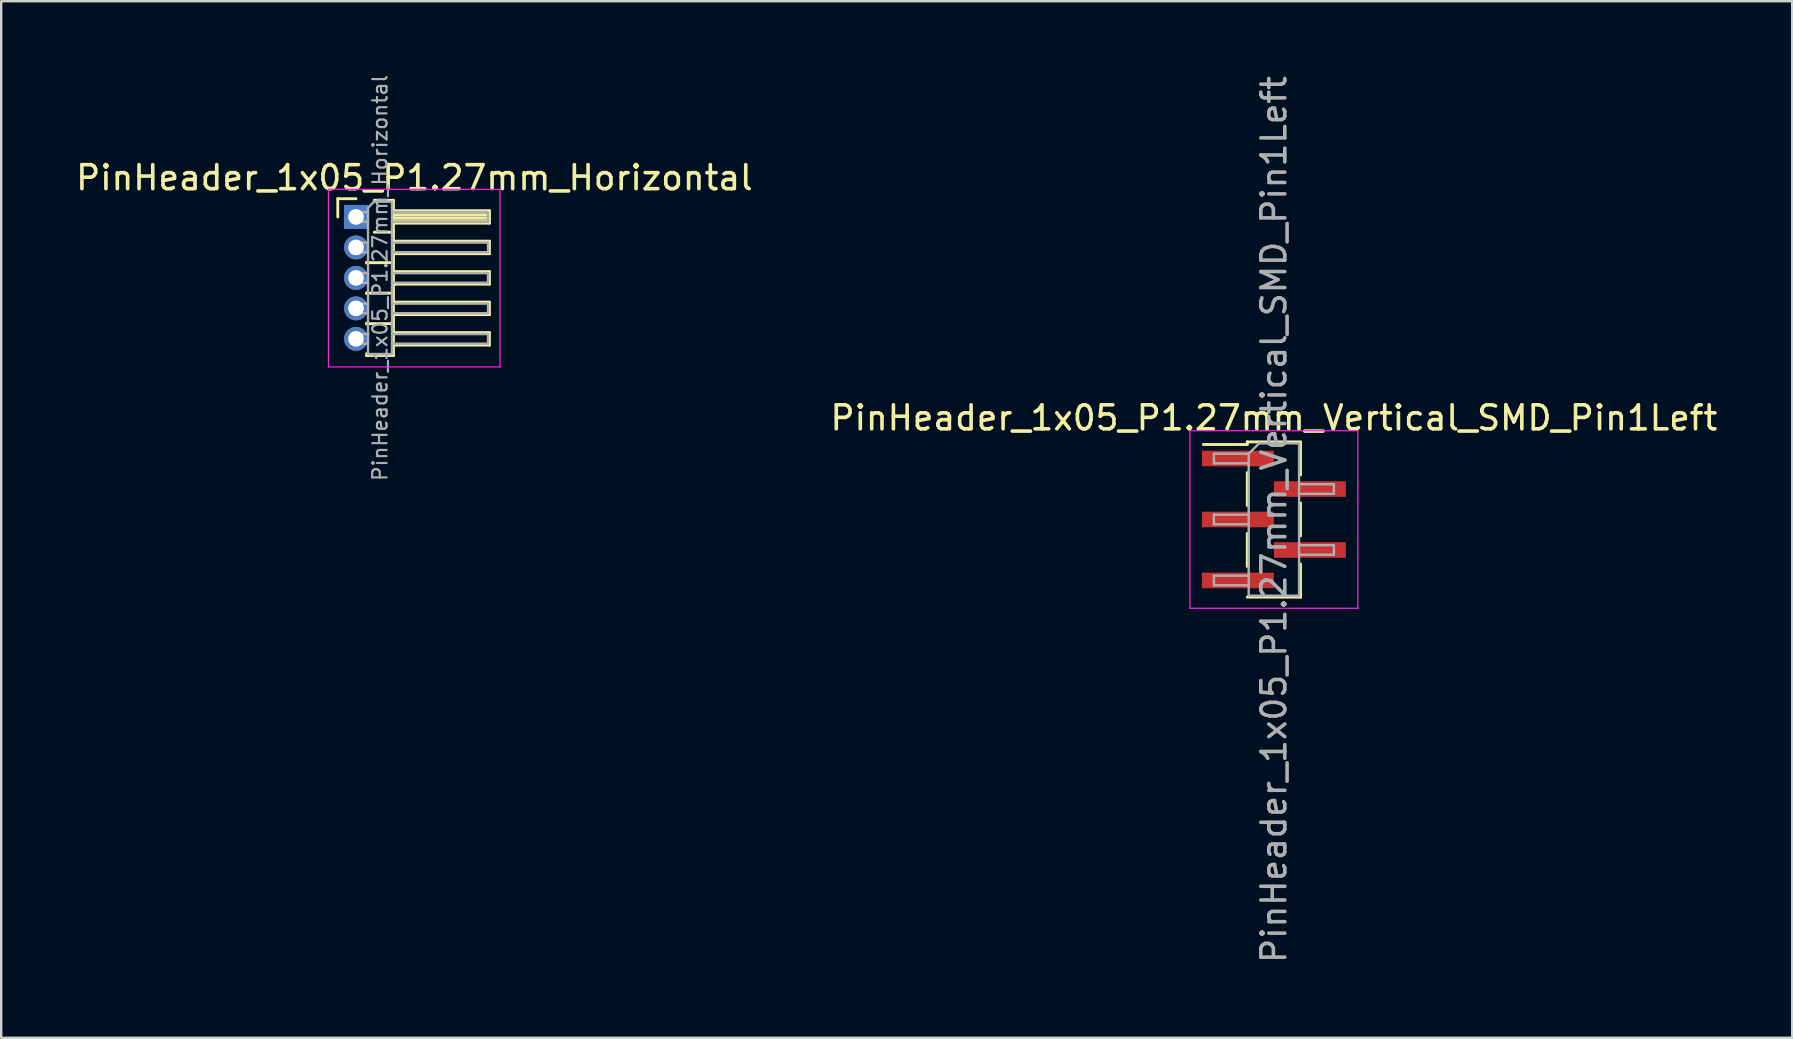
<source format=kicad_pcb>
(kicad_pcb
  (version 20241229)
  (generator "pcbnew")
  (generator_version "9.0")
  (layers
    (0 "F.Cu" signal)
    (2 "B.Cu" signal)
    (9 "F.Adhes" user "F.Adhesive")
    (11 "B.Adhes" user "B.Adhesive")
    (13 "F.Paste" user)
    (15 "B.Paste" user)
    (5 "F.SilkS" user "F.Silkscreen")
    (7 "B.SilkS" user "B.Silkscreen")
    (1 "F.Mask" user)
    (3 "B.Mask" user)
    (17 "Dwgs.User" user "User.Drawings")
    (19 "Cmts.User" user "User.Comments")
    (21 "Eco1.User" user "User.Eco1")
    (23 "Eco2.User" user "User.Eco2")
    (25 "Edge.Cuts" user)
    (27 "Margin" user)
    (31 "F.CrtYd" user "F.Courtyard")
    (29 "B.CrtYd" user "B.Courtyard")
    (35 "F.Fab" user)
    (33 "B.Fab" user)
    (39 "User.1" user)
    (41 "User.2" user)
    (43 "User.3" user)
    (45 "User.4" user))
  (footprint "PinHeader_1x05_P1.27mm_Vertical_SMD_Pin1Left"
    (layer "F.Cu")
    (at 50.042 18.601)
    (property "Reference" "PinHeader_1x05_P1.27mm_Vertical_SMD_Pin1Left" (at 0 -4.235 0) (layer "F.SilkS") (effects (font (size 1 1) (thickness 0.15))))
    (attr smd)
    (fp_line (start -1.11 -3.235) (end -1.11 -3.125) (stroke (width 0.12) (type solid)) (layer "F.SilkS"))
    (fp_line (start -1.11 -3.235) (end 1.11 -3.235) (stroke (width 0.12) (type solid)) (layer "F.SilkS"))
    (fp_line (start -1.11 -3.125) (end -2.94 -3.125) (stroke (width 0.12) (type solid)) (layer "F.SilkS"))
    (fp_line (start -1.11 -1.955) (end -1.11 -0.585) (stroke (width 0.12) (type solid)) (layer "F.SilkS"))
    (fp_line (start -1.11 0.585) (end -1.11 1.955) (stroke (width 0.12) (type solid)) (layer "F.SilkS"))
    (fp_line (start -1.11 3.235) (end 1.11 3.235) (stroke (width 0.12) (type solid)) (layer "F.SilkS"))
    (fp_line (start 1.11 -3.225) (end 1.11 -1.855) (stroke (width 0.12) (type solid)) (layer "F.SilkS"))
    (fp_line (start 1.11 -0.685) (end 1.11 0.685) (stroke (width 0.12) (type solid)) (layer "F.SilkS"))
    (fp_line (start 1.11 1.855) (end 1.11 3.225) (stroke (width 0.12) (type solid)) (layer "F.SilkS"))
    (fp_line (start 1.11 3.125) (end 1.11 3.235) (stroke (width 0.12) (type solid)) (layer "F.SilkS"))
    (fp_line (start -3.5 -3.7) (end -3.5 3.7) (stroke (width 0.05) (type solid)) (layer "F.CrtYd"))
    (fp_line (start -3.5 3.7) (end 3.5 3.7) (stroke (width 0.05) (type solid)) (layer "F.CrtYd"))
    (fp_line (start 3.5 -3.7) (end -3.5 -3.7) (stroke (width 0.05) (type solid)) (layer "F.CrtYd"))
    (fp_line (start 3.5 3.7) (end 3.5 -3.7) (stroke (width 0.05) (type solid)) (layer "F.CrtYd"))
    (fp_line (start -2.5 -2.74) (end -2.5 -2.34) (stroke (width 0.1) (type solid)) (layer "F.Fab"))
    (fp_line (start -2.5 -2.34) (end -1.05 -2.34) (stroke (width 0.1) (type solid)) (layer "F.Fab"))
    (fp_line (start -2.5 -0.2) (end -2.5 0.2) (stroke (width 0.1) (type solid)) (layer "F.Fab"))
    (fp_line (start -2.5 0.2) (end -1.05 0.2) (stroke (width 0.1) (type solid)) (layer "F.Fab"))
    (fp_line (start -2.5 2.34) (end -2.5 2.74) (stroke (width 0.1) (type solid)) (layer "F.Fab"))
    (fp_line (start -2.5 2.74) (end -1.05 2.74) (stroke (width 0.1) (type solid)) (layer "F.Fab"))
    (fp_line (start -1.05 -2.74) (end -2.5 -2.74) (stroke (width 0.1) (type solid)) (layer "F.Fab"))
    (fp_line (start -1.05 -2.74) (end -0.615 -3.175) (stroke (width 0.1) (type solid)) (layer "F.Fab"))
    (fp_line (start -1.05 -0.2) (end -2.5 -0.2) (stroke (width 0.1) (type solid)) (layer "F.Fab"))
    (fp_line (start -1.05 2.34) (end -2.5 2.34) (stroke (width 0.1) (type solid)) (layer "F.Fab"))
    (fp_line (start -1.05 3.175) (end -1.05 -2.74) (stroke (width 0.1) (type solid)) (layer "F.Fab"))
    (fp_line (start -0.615 -3.175) (end 1.05 -3.175) (stroke (width 0.1) (type solid)) (layer "F.Fab"))
    (fp_line (start 1.05 -3.175) (end 1.05 3.175) (stroke (width 0.1) (type solid)) (layer "F.Fab"))
    (fp_line (start 1.05 -1.47) (end 2.5 -1.47) (stroke (width 0.1) (type solid)) (layer "F.Fab"))
    (fp_line (start 1.05 1.07) (end 2.5 1.07) (stroke (width 0.1) (type solid)) (layer "F.Fab"))
    (fp_line (start 1.05 3.175) (end -1.05 3.175) (stroke (width 0.1) (type solid)) (layer "F.Fab"))
    (fp_line (start 2.5 -1.47) (end 2.5 -1.07) (stroke (width 0.1) (type solid)) (layer "F.Fab"))
    (fp_line (start 2.5 -1.07) (end 1.05 -1.07) (stroke (width 0.1) (type solid)) (layer "F.Fab"))
    (fp_line (start 2.5 1.07) (end 2.5 1.47) (stroke (width 0.1) (type solid)) (layer "F.Fab"))
    (fp_line (start 2.5 1.47) (end 1.05 1.47) (stroke (width 0.1) (type solid)) (layer "F.Fab"))
    (fp_text user "${REFERENCE}" (at 0 0 90) (layer "F.Fab") (effects (font (size 1 1) (thickness 0.15))))
    (pad "1" smd rect (at -1.5 -2.54) (size 3 0.65) (layers "F.Cu" "F.Mask" "F.Paste"))
    (pad "2" smd rect (at 1.5 -1.27) (size 3 0.65) (layers "F.Cu" "F.Mask" "F.Paste"))
    (pad "3" smd rect (at -1.5 0) (size 3 0.65) (layers "F.Cu" "F.Mask" "F.Paste"))
    (pad "4" smd rect (at 1.5 1.27) (size 3 0.65) (layers "F.Cu" "F.Mask" "F.Paste"))
    (pad "5" smd rect (at -1.5 2.54) (size 3 0.65) (layers "F.Cu" "F.Mask" "F.Paste")))
  (footprint "PinHeader_1x05_P1.27mm_Horizontal"
    (layer "F.Cu")
    (at 11.788 5.992)
    (property "Reference" "PinHeader_1x05_P1.27mm_Horizontal" (at 2.433 -1.635 0) (layer "F.SilkS") (effects (font (size 1 1) (thickness 0.15))))
    (attr through_hole)
    (fp_line (start -0.76 -0.76) (end 0 -0.76) (stroke (width 0.12) (type solid)) (layer "F.SilkS"))
    (fp_line (start -0.76 0) (end -0.76 -0.76) (stroke (width 0.12) (type solid)) (layer "F.SilkS"))
    (fp_line (start 0.44 1.89) (end 0.44 1.92) (stroke (width 0.12) (type solid)) (layer "F.SilkS"))
    (fp_line (start 0.44 1.905) (end 1.56 1.905) (stroke (width 0.12) (type solid)) (layer "F.SilkS"))
    (fp_line (start 0.44 3.16) (end 0.44 3.19) (stroke (width 0.12) (type solid)) (layer "F.SilkS"))
    (fp_line (start 0.44 3.175) (end 1.56 3.175) (stroke (width 0.12) (type solid)) (layer "F.SilkS"))
    (fp_line (start 0.44 4.43) (end 0.44 4.46) (stroke (width 0.12) (type solid)) (layer "F.SilkS"))
    (fp_line (start 0.44 4.445) (end 1.56 4.445) (stroke (width 0.12) (type solid)) (layer "F.SilkS"))
    (fp_line (start 0.44 5.775) (end 0.44 5.7) (stroke (width 0.12) (type solid)) (layer "F.SilkS"))
    (fp_line (start 0.76 -0.695) (end 1.56 -0.695) (stroke (width 0.12) (type solid)) (layer "F.SilkS"))
    (fp_line (start 0.76 0.635) (end 1.56 0.635) (stroke (width 0.12) (type solid)) (layer "F.SilkS"))
    (fp_line (start 1.56 -0.695) (end 1.56 5.775) (stroke (width 0.12) (type solid)) (layer "F.SilkS"))
    (fp_line (start 1.56 -0.26) (end 5.56 -0.26) (stroke (width 0.12) (type solid)) (layer "F.SilkS"))
    (fp_line (start 1.56 -0.2) (end 5.56 -0.2) (stroke (width 0.12) (type solid)) (layer "F.SilkS"))
    (fp_line (start 1.56 -0.08) (end 5.56 -0.08) (stroke (width 0.12) (type solid)) (layer "F.SilkS"))
    (fp_line (start 1.56 0.04) (end 5.56 0.04) (stroke (width 0.12) (type solid)) (layer "F.SilkS"))
    (fp_line (start 1.56 0.16) (end 5.56 0.16) (stroke (width 0.12) (type solid)) (layer "F.SilkS"))
    (fp_line (start 1.56 1.01) (end 5.56 1.01) (stroke (width 0.12) (type solid)) (layer "F.SilkS"))
    (fp_line (start 1.56 2.28) (end 5.56 2.28) (stroke (width 0.12) (type solid)) (layer "F.SilkS"))
    (fp_line (start 1.56 3.55) (end 5.56 3.55) (stroke (width 0.12) (type solid)) (layer "F.SilkS"))
    (fp_line (start 1.56 4.82) (end 5.56 4.82) (stroke (width 0.12) (type solid)) (layer "F.SilkS"))
    (fp_line (start 1.56 5.775) (end 0.44 5.775) (stroke (width 0.12) (type solid)) (layer "F.SilkS"))
    (fp_line (start 5.56 -0.26) (end 5.56 0.26) (stroke (width 0.12) (type solid)) (layer "F.SilkS"))
    (fp_line (start 5.56 0.26) (end 1.56 0.26) (stroke (width 0.12) (type solid)) (layer "F.SilkS"))
    (fp_line (start 5.56 1.01) (end 5.56 1.53) (stroke (width 0.12) (type solid)) (layer "F.SilkS"))
    (fp_line (start 5.56 1.53) (end 1.56 1.53) (stroke (width 0.12) (type solid)) (layer "F.SilkS"))
    (fp_line (start 5.56 2.28) (end 5.56 2.8) (stroke (width 0.12) (type solid)) (layer "F.SilkS"))
    (fp_line (start 5.56 2.8) (end 1.56 2.8) (stroke (width 0.12) (type solid)) (layer "F.SilkS"))
    (fp_line (start 5.56 3.55) (end 5.56 4.07) (stroke (width 0.12) (type solid)) (layer "F.SilkS"))
    (fp_line (start 5.56 4.07) (end 1.56 4.07) (stroke (width 0.12) (type solid)) (layer "F.SilkS"))
    (fp_line (start 5.56 4.82) (end 5.56 5.34) (stroke (width 0.12) (type solid)) (layer "F.SilkS"))
    (fp_line (start 5.56 5.34) (end 1.56 5.34) (stroke (width 0.12) (type solid)) (layer "F.SilkS"))
    (fp_line (start -1.15 -1.15) (end -1.15 6.25) (stroke (width 0.05) (type solid)) (layer "F.CrtYd"))
    (fp_line (start -1.15 6.25) (end 6 6.25) (stroke (width 0.05) (type solid)) (layer "F.CrtYd"))
    (fp_line (start 6 -1.15) (end -1.15 -1.15) (stroke (width 0.05) (type solid)) (layer "F.CrtYd"))
    (fp_line (start 6 6.25) (end 6 -1.15) (stroke (width 0.05) (type solid)) (layer "F.CrtYd"))
    (fp_line (start -0.2 -0.2) (end -0.2 0.2) (stroke (width 0.1) (type solid)) (layer "F.Fab"))
    (fp_line (start -0.2 -0.2) (end 0.5 -0.2) (stroke (width 0.1) (type solid)) (layer "F.Fab"))
    (fp_line (start -0.2 0.2) (end 0.5 0.2) (stroke (width 0.1) (type solid)) (layer "F.Fab"))
    (fp_line (start -0.2 1.07) (end -0.2 1.47) (stroke (width 0.1) (type solid)) (layer "F.Fab"))
    (fp_line (start -0.2 1.07) (end 0.5 1.07) (stroke (width 0.1) (type solid)) (layer "F.Fab"))
    (fp_line (start -0.2 1.47) (end 0.5 1.47) (stroke (width 0.1) (type solid)) (layer "F.Fab"))
    (fp_line (start -0.2 2.34) (end -0.2 2.74) (stroke (width 0.1) (type solid)) (layer "F.Fab"))
    (fp_line (start -0.2 2.34) (end 0.5 2.34) (stroke (width 0.1) (type solid)) (layer "F.Fab"))
    (fp_line (start -0.2 2.74) (end 0.5 2.74) (stroke (width 0.1) (type solid)) (layer "F.Fab"))
    (fp_line (start -0.2 3.61) (end -0.2 4.01) (stroke (width 0.1) (type solid)) (layer "F.Fab"))
    (fp_line (start -0.2 3.61) (end 0.5 3.61) (stroke (width 0.1) (type solid)) (layer "F.Fab"))
    (fp_line (start -0.2 4.01) (end 0.5 4.01) (stroke (width 0.1) (type solid)) (layer "F.Fab"))
    (fp_line (start -0.2 4.88) (end -0.2 5.28) (stroke (width 0.1) (type solid)) (layer "F.Fab"))
    (fp_line (start -0.2 4.88) (end 0.5 4.88) (stroke (width 0.1) (type solid)) (layer "F.Fab"))
    (fp_line (start -0.2 5.28) (end 0.5 5.28) (stroke (width 0.1) (type solid)) (layer "F.Fab"))
    (fp_line (start 0.5 -0.385) (end 0.75 -0.635) (stroke (width 0.1) (type solid)) (layer "F.Fab"))
    (fp_line (start 0.5 5.715) (end 0.5 -0.385) (stroke (width 0.1) (type solid)) (layer "F.Fab"))
    (fp_line (start 0.75 -0.635) (end 1.5 -0.635) (stroke (width 0.1) (type solid)) (layer "F.Fab"))
    (fp_line (start 1.5 -0.635) (end 1.5 5.715) (stroke (width 0.1) (type solid)) (layer "F.Fab"))
    (fp_line (start 1.5 -0.2) (end 5.5 -0.2) (stroke (width 0.1) (type solid)) (layer "F.Fab"))
    (fp_line (start 1.5 0.2) (end 5.5 0.2) (stroke (width 0.1) (type solid)) (layer "F.Fab"))
    (fp_line (start 1.5 1.07) (end 5.5 1.07) (stroke (width 0.1) (type solid)) (layer "F.Fab"))
    (fp_line (start 1.5 1.47) (end 5.5 1.47) (stroke (width 0.1) (type solid)) (layer "F.Fab"))
    (fp_line (start 1.5 2.34) (end 5.5 2.34) (stroke (width 0.1) (type solid)) (layer "F.Fab"))
    (fp_line (start 1.5 2.74) (end 5.5 2.74) (stroke (width 0.1) (type solid)) (layer "F.Fab"))
    (fp_line (start 1.5 3.61) (end 5.5 3.61) (stroke (width 0.1) (type solid)) (layer "F.Fab"))
    (fp_line (start 1.5 4.01) (end 5.5 4.01) (stroke (width 0.1) (type solid)) (layer "F.Fab"))
    (fp_line (start 1.5 4.88) (end 5.5 4.88) (stroke (width 0.1) (type solid)) (layer "F.Fab"))
    (fp_line (start 1.5 5.28) (end 5.5 5.28) (stroke (width 0.1) (type solid)) (layer "F.Fab"))
    (fp_line (start 1.5 5.715) (end 0.5 5.715) (stroke (width 0.1) (type solid)) (layer "F.Fab"))
    (fp_line (start 5.5 -0.2) (end 5.5 0.2) (stroke (width 0.1) (type solid)) (layer "F.Fab"))
    (fp_line (start 5.5 1.07) (end 5.5 1.47) (stroke (width 0.1) (type solid)) (layer "F.Fab"))
    (fp_line (start 5.5 2.34) (end 5.5 2.74) (stroke (width 0.1) (type solid)) (layer "F.Fab"))
    (fp_line (start 5.5 3.61) (end 5.5 4.01) (stroke (width 0.1) (type solid)) (layer "F.Fab"))
    (fp_line (start 5.5 4.88) (end 5.5 5.28) (stroke (width 0.1) (type solid)) (layer "F.Fab"))
    (fp_text user "${REFERENCE}" (at 1 2.54 90) (layer "F.Fab") (effects (font (size 0.6 0.6) (thickness 0.09))))
    (pad "1" thru_hole rect (at 0 0) (size 1 1) (drill 0.65) (layers "*.Cu" "*.Mask"))
    (pad "2" thru_hole oval (at 0 1.27) (size 1 1) (drill 0.65) (layers "*.Cu" "*.Mask"))
    (pad "3" thru_hole oval (at 0 2.54) (size 1 1) (drill 0.65) (layers "*.Cu" "*.Mask"))
    (pad "4" thru_hole oval (at 0 3.81) (size 1 1) (drill 0.65) (layers "*.Cu" "*.Mask"))
    (pad "5" thru_hole oval (at 0 5.08) (size 1 1) (drill 0.65) (layers "*.Cu" "*.Mask")))
  (gr_rect
    (start -3 -3)
    (end 71.643 40.202)
    (stroke (width 0.1) (type default))
    (fill no)
    (layer "Edge.Cuts")))
</source>
